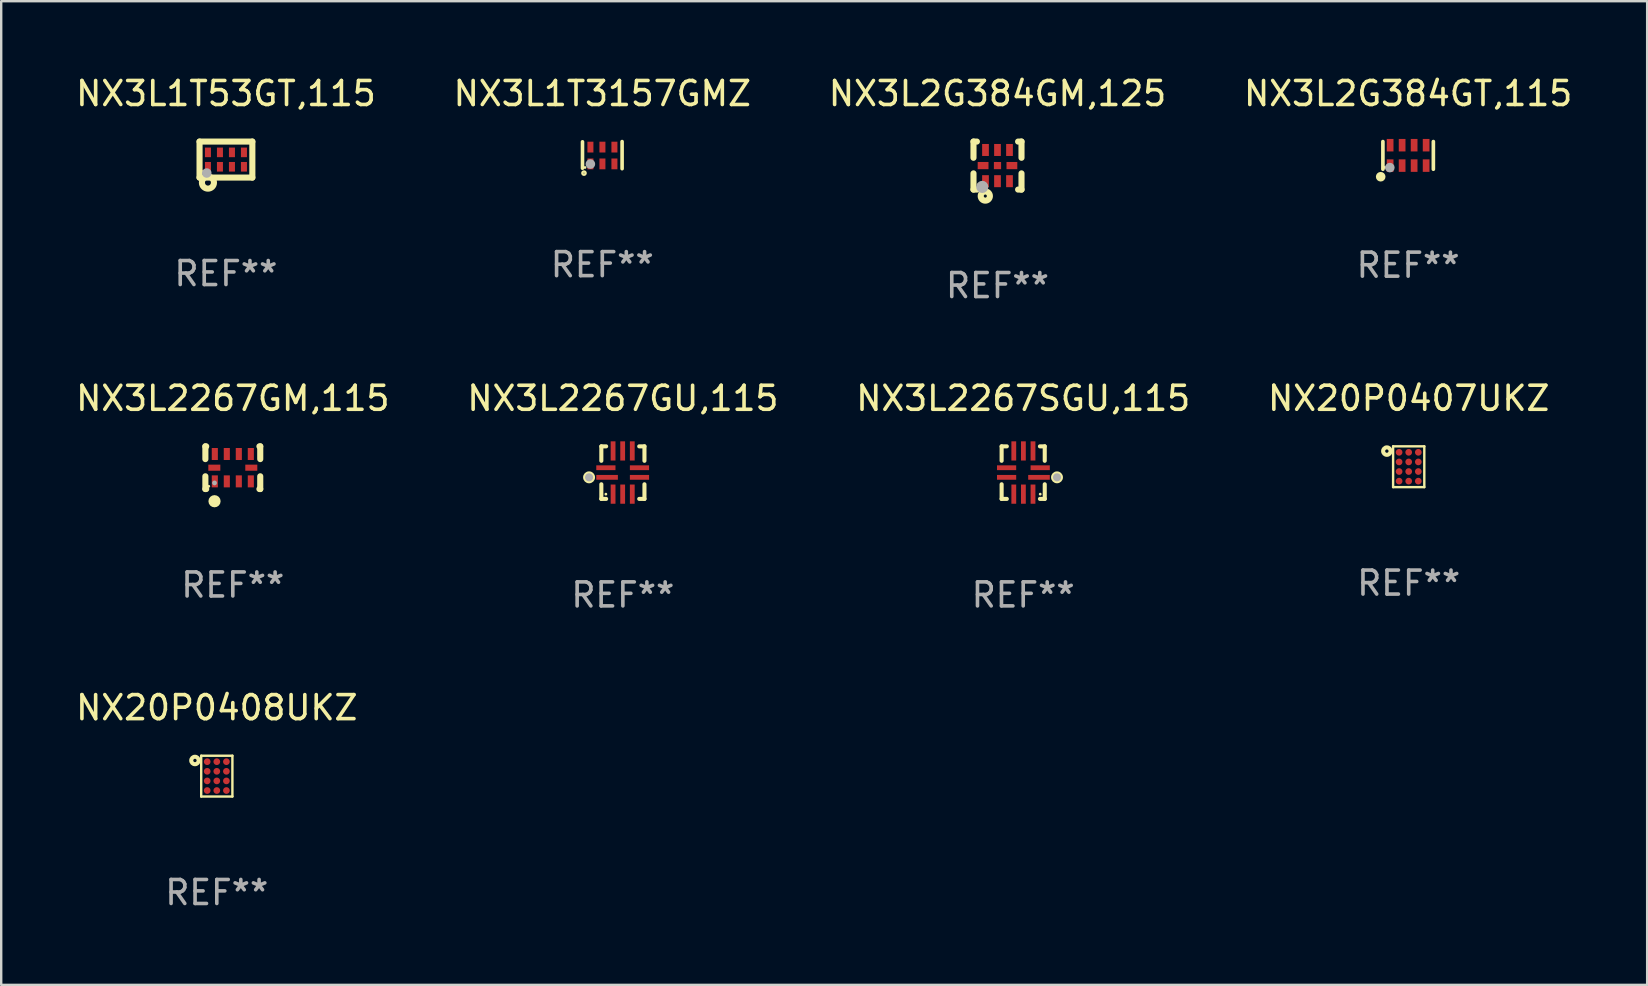
<source format=kicad_pcb>
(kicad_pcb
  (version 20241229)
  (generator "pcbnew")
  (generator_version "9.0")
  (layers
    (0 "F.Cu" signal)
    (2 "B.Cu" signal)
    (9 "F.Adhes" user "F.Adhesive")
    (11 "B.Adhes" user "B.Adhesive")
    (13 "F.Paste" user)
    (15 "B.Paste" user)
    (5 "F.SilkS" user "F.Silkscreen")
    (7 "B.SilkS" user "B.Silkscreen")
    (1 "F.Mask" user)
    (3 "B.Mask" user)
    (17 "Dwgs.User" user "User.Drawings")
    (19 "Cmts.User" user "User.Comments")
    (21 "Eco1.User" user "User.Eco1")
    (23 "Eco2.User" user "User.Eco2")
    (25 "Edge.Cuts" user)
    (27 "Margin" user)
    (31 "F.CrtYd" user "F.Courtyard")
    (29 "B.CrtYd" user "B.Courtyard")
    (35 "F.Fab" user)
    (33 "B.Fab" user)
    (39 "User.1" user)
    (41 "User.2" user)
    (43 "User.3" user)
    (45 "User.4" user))
  (footprint "NX3L1T3157GMZ"
    (layer "F.Cu")
    (at 22.042 3.413)
    (property "Reference" "NX3L1T3157GMZ" (at 0 -2.565 0) (layer "F.SilkS") (effects (font (size 1 1) (thickness 0.15))))
    (attr through_hole)
    (fp_line (start -0.825 -0.555) (end -0.825 0.545) (stroke (width 0.15) (type solid)) (layer "F.SilkS"))
    (fp_line (start 0.825 -0.565) (end 0.825 0.565) (stroke (width 0.15) (type solid)) (layer "F.SilkS"))
    (fp_circle (center -0.763 0.749) (end -0.695 0.749) (stroke (width 0.1) (type solid)) (fill no) (layer "F.SilkS"))
    (fp_circle (center -0.72 0.515) (end -0.69 0.515) (stroke (width 0.06) (type solid)) (fill no) (layer "F.SilkS"))
    (fp_circle (center -0.496 0.371) (end -0.396 0.371) (stroke (width 0.2) (type solid)) (fill no) (layer "F.Fab"))
    (fp_text user "REF**" (at 0 4.565 0) (layer "F.Fab") (effects (font (size 1 1) (thickness 0.15))))
    (pad "1" smd rect (at -0.495 0.365) (size 0.25 0.45) (layers "F.Cu" "F.Mask" "F.Paste"))
    (pad "2" smd rect (at 0.005 0.365) (size 0.25 0.45) (layers "F.Cu" "F.Mask" "F.Paste"))
    (pad "3" smd rect (at 0.505 0.365) (size 0.25 0.45) (layers "F.Cu" "F.Mask" "F.Paste"))
    (pad "4" smd rect (at 0.505 -0.335) (size 0.25 0.45) (layers "F.Cu" "F.Mask" "F.Paste"))
    (pad "5" smd rect (at 0.005 -0.335) (size 0.25 0.45) (layers "F.Cu" "F.Mask" "F.Paste"))
    (pad "6" smd rect (at -0.495 -0.335) (size 0.25 0.45) (layers "F.Cu" "F.Mask" "F.Paste")))
  (footprint "NX3L2267SGU,115"
    (layer "F.Cu")
    (at 39.577 16.641)
    (property "Reference" "NX3L2267SGU,115" (at 0 -3.096 0) (layer "F.SilkS") (effects (font (size 1 1) (thickness 0.15))))
    (attr through_hole)
    (fp_line (start -0.899 -1.096) (end -0.682 -1.096) (stroke (width 0.17) (type solid)) (layer "F.SilkS"))
    (fp_line (start -0.899 -0.494) (end -0.899 -1.096) (stroke (width 0.17) (type solid)) (layer "F.SilkS"))
    (fp_line (start -0.899 1.096) (end -0.899 0.484) (stroke (width 0.17) (type solid)) (layer "F.SilkS"))
    (fp_line (start -0.682 1.093) (end -0.899 1.093) (stroke (width 0.17) (type solid)) (layer "F.SilkS"))
    (fp_line (start 0.697 -1.096) (end 0.897 -1.096) (stroke (width 0.17) (type solid)) (layer "F.SilkS"))
    (fp_line (start 0.897 -1.096) (end 0.897 -0.494) (stroke (width 0.17) (type solid)) (layer "F.SilkS"))
    (fp_line (start 0.897 0.484) (end 0.897 1.093) (stroke (width 0.17) (type solid)) (layer "F.SilkS"))
    (fp_line (start 0.899 1.093) (end 0.697 1.093) (stroke (width 0.17) (type solid)) (layer "F.SilkS"))
    (fp_circle (center 0.708 0.895) (end 0.738 0.895) (stroke (width 0.06) (type solid)) (fill no) (layer "F.SilkS"))
    (fp_circle (center 1.408 0.195) (end 1.486 0.195) (stroke (width 0.17) (type solid)) (fill no) (layer "F.SilkS"))
    (fp_circle (center 1.408 0.195) (end 1.493 0.195) (stroke (width 0.17) (type solid)) (fill no) (layer "F.Fab"))
    (fp_text user "REF**" (at 0 5.096 0) (layer "F.Fab") (effects (font (size 1 1) (thickness 0.15))))
    (pad "1" smd rect (at 0.658 0.195 270) (size 0.2 0.9) (layers "F.Cu" "F.Mask" "F.Paste"))
    (pad "2" smd rect (at 0.708 -0.205 270) (size 0.2 0.8) (layers "F.Cu" "F.Mask" "F.Paste"))
    (pad "3" smd rect (at 0.408 -0.905 180) (size 0.2 0.8) (layers "F.Cu" "F.Mask" "F.Paste"))
    (pad "4" smd rect (at 0.008 -0.905 180) (size 0.2 0.8) (layers "F.Cu" "F.Mask" "F.Paste"))
    (pad "5" smd rect (at -0.392 -0.905 180) (size 0.2 0.8) (layers "F.Cu" "F.Mask" "F.Paste"))
    (pad "6" smd rect (at -0.692 -0.205 270) (size 0.2 0.8) (layers "F.Cu" "F.Mask" "F.Paste"))
    (pad "7" smd rect (at -0.692 0.195 270) (size 0.2 0.8) (layers "F.Cu" "F.Mask" "F.Paste"))
    (pad "8" smd rect (at -0.392 0.895 180) (size 0.2 0.8) (layers "F.Cu" "F.Mask" "F.Paste"))
    (pad "9" smd rect (at 0.008 0.895 180) (size 0.2 0.8) (layers "F.Cu" "F.Mask" "F.Paste"))
    (pad "10" smd rect (at 0.408 0.895 180) (size 0.2 0.8) (layers "F.Cu" "F.Mask" "F.Paste")))
  (footprint "NX3L2G384GM,125"
    (layer "F.Cu")
    (at 38.506 3.848)
    (property "Reference" "NX3L2G384GM,125" (at 0 -3 0) (layer "F.SilkS") (effects (font (size 1 1) (thickness 0.15))))
    (attr through_hole)
    (fp_line (start -1 -1) (end -0.858 -1) (stroke (width 0.254) (type solid)) (layer "F.SilkS"))
    (fp_line (start -1 -0.325) (end -1 -1) (stroke (width 0.254) (type solid)) (layer "F.SilkS"))
    (fp_line (start -1 1) (end -1 0.325) (stroke (width 0.254) (type solid)) (layer "F.SilkS"))
    (fp_line (start -0.858 1) (end -1 1) (stroke (width 0.254) (type solid)) (layer "F.SilkS"))
    (fp_line (start 0.858 -1) (end 1 -1) (stroke (width 0.254) (type solid)) (layer "F.SilkS"))
    (fp_line (start 1 -1) (end 1 -0.325) (stroke (width 0.254) (type solid)) (layer "F.SilkS"))
    (fp_line (start 1 0.325) (end 1 1) (stroke (width 0.254) (type solid)) (layer "F.SilkS"))
    (fp_line (start 1 1) (end 0.858 1) (stroke (width 0.254) (type solid)) (layer "F.SilkS"))
    (fp_circle (center -0.8 0.8) (end -0.77 0.8) (stroke (width 0.06) (type solid)) (fill no) (layer "F.SilkS"))
    (fp_circle (center -0.508 1.27) (end -0.444 1.27) (stroke (width 0.254) (type solid)) (fill no) (layer "F.SilkS"))
    (fp_circle (center -0.635 0.889) (end -0.508 0.889) (stroke (width 0.254) (type solid)) (fill no) (layer "F.Fab"))
    (fp_text user "REF**" (at 0 5 0) (layer "F.Fab") (effects (font (size 1 1) (thickness 0.15))))
    (pad "1" smd rect (at -0.5 0.65 90) (size 0.5 0.28) (layers "F.Cu" "F.Mask" "F.Paste"))
    (pad "2" smd rect (at 0.000013 0.65 90) (size 0.5 0.28) (layers "F.Cu" "F.Mask" "F.Paste"))
    (pad "3" smd rect (at 0.5 0.65 90) (size 0.5 0.28) (layers "F.Cu" "F.Mask" "F.Paste"))
    (pad "4" smd rect (at 0.6 0.000076 180) (size 0.45 0.3) (layers "F.Cu" "F.Mask" "F.Paste"))
    (pad "5" smd rect (at 0.5 -0.65 90) (size 0.5 0.28) (layers "F.Cu" "F.Mask" "F.Paste"))
    (pad "6" smd rect (at 0.000013 -0.65 90) (size 0.5 0.28) (layers "F.Cu" "F.Mask" "F.Paste"))
    (pad "7" smd rect (at -0.5 -0.65 90) (size 0.5 0.28) (layers "F.Cu" "F.Mask" "F.Paste"))
    (pad "8" smd rect (at -0.6 0.000076 180) (size 0.45 0.3) (layers "F.Cu" "F.Mask" "F.Paste"))
    (pad "9" smd rect (at 0.000013 0.000076 180) (size 0.3 0.3) (layers "F.Cu" "F.Mask" "F.Paste")))
  (footprint "NX20P0407UKZ"
    (layer "F.Cu")
    (at 55.637 16.394)
    (property "Reference" "NX20P0407UKZ" (at 0 -2.85 0) (layer "F.SilkS") (effects (font (size 1 1) (thickness 0.15))))
    (attr through_hole)
    (fp_line (start -0.65 -0.85) (end 0.65 -0.85) (stroke (width 0.1) (type solid)) (layer "F.SilkS"))
    (fp_line (start -0.65 0.85) (end -0.65 -0.85) (stroke (width 0.1) (type solid)) (layer "F.SilkS"))
    (fp_line (start -0.65 0.85) (end 0.65 0.85) (stroke (width 0.1) (type solid)) (layer "F.SilkS"))
    (fp_line (start 0.65 -0.85) (end 0.65 0.85) (stroke (width 0.1) (type solid)) (layer "F.SilkS"))
    (fp_circle (center -0.91 -0.651) (end -0.84 -0.651) (stroke (width 0.17) (type solid)) (fill no) (layer "F.SilkS"))
    (fp_text user "REF**" (at 0 4.85 0) (layer "F.Fab") (effects (font (size 1 1) (thickness 0.15))))
    (pad "A1" smd circle (at -0.4 -0.601) (size 0.28 0.28) (layers "F.Cu" "F.Mask" "F.Paste"))
    (pad "A2" smd circle (at 0.000102 -0.601) (size 0.28 0.28) (layers "F.Cu" "F.Mask" "F.Paste"))
    (pad "A3" smd circle (at 0.4 -0.601) (size 0.28 0.28) (layers "F.Cu" "F.Mask" "F.Paste"))
    (pad "B1" smd circle (at -0.4 -0.2) (size 0.28 0.28) (layers "F.Cu" "F.Mask" "F.Paste"))
    (pad "B2" smd circle (at 0.000102 -0.2) (size 0.28 0.28) (layers "F.Cu" "F.Mask" "F.Paste"))
    (pad "B3" smd circle (at 0.4 -0.2) (size 0.28 0.28) (layers "F.Cu" "F.Mask" "F.Paste"))
    (pad "C1" smd circle (at -0.4 0.2) (size 0.28 0.28) (layers "F.Cu" "F.Mask" "F.Paste"))
    (pad "C2" smd circle (at 0.000102 0.2) (size 0.28 0.28) (layers "F.Cu" "F.Mask" "F.Paste"))
    (pad "C3" smd circle (at 0.4 0.2) (size 0.28 0.28) (layers "F.Cu" "F.Mask" "F.Paste"))
    (pad "D1" smd circle (at -0.4 0.6) (size 0.28 0.28) (layers "F.Cu" "F.Mask" "F.Paste"))
    (pad "D2" smd circle (at 0.000102 0.6) (size 0.28 0.28) (layers "F.Cu" "F.Mask" "F.Paste"))
    (pad "D3" smd circle (at 0.4 0.6) (size 0.28 0.28) (layers "F.Cu" "F.Mask" "F.Paste")))
  (footprint "NX3L1T53GT,115"
    (layer "F.Cu")
    (at 6.363 3.598)
    (property "Reference" "NX3L1T53GT,115" (at 0 -2.75 0) (layer "F.SilkS") (effects (font (size 1 1) (thickness 0.15))))
    (attr through_hole)
    (fp_line (start -1.1 -0.75) (end -1.1 0.75) (stroke (width 0.254) (type solid)) (layer "F.SilkS"))
    (fp_line (start -1.1 -0.75) (end 1.1 -0.75) (stroke (width 0.254) (type solid)) (layer "F.SilkS"))
    (fp_line (start -1.1 0.75) (end 1.1 0.75) (stroke (width 0.254) (type solid)) (layer "F.SilkS"))
    (fp_line (start 1.1 -0.75) (end 1.1 0.75) (stroke (width 0.254) (type solid)) (layer "F.SilkS"))
    (fp_circle (center -1 0.5) (end -0.97 0.5) (stroke (width 0.06) (type solid)) (fill no) (layer "F.SilkS"))
    (fp_circle (center -0.75 0.96) (end -0.626 0.96) (stroke (width 0.254) (type solid)) (fill no) (layer "F.SilkS"))
    (fp_circle (center -0.8 0.56) (end -0.7 0.56) (stroke (width 0.2) (type solid)) (fill no) (layer "F.Fab"))
    (fp_text user "REF**" (at 0 4.75 0) (layer "F.Fab") (effects (font (size 1 1) (thickness 0.15))))
    (pad "1" smd rect (at -0.75 0.3) (size 0.25 0.4) (layers "F.Cu" "F.Mask" "F.Paste"))
    (pad "2" smd rect (at -0.25 0.3) (size 0.25 0.4) (layers "F.Cu" "F.Mask" "F.Paste"))
    (pad "3" smd rect (at 0.25 0.3) (size 0.25 0.4) (layers "F.Cu" "F.Mask" "F.Paste"))
    (pad "4" smd rect (at 0.75 0.3) (size 0.25 0.4) (layers "F.Cu" "F.Mask" "F.Paste"))
    (pad "5" smd rect (at 0.75 -0.3) (size 0.25 0.4) (layers "F.Cu" "F.Mask" "F.Paste"))
    (pad "6" smd rect (at 0.25 -0.3) (size 0.25 0.4) (layers "F.Cu" "F.Mask" "F.Paste"))
    (pad "7" smd rect (at -0.25 -0.3) (size 0.25 0.4) (layers "F.Cu" "F.Mask" "F.Paste"))
    (pad "8" smd rect (at -0.75 -0.3) (size 0.25 0.4) (layers "F.Cu" "F.Mask" "F.Paste")))
  (footprint "NX3L2267GM,115"
    (layer "F.Cu")
    (at 6.649 16.434)
    (property "Reference" "NX3L2267GM,115" (at 0 -2.889 0) (layer "F.SilkS") (effects (font (size 1 1) (thickness 0.15))))
    (attr through_hole)
    (fp_line (start -1.143 -0.889) (end -1.143 -0.358) (stroke (width 0.254) (type solid)) (layer "F.SilkS"))
    (fp_line (start -1.143 0.358) (end -1.143 0.889) (stroke (width 0.254) (type solid)) (layer "F.SilkS"))
    (fp_line (start -1.143 0.889) (end -1.108 0.889) (stroke (width 0.254) (type solid)) (layer "F.SilkS"))
    (fp_line (start -1.108 -0.889) (end -1.143 -0.889) (stroke (width 0.254) (type solid)) (layer "F.SilkS"))
    (fp_line (start 1.108 0.889) (end 1.143 0.889) (stroke (width 0.254) (type solid)) (layer "F.SilkS"))
    (fp_line (start 1.143 -0.889) (end 1.108 -0.889) (stroke (width 0.254) (type solid)) (layer "F.SilkS"))
    (fp_line (start 1.143 -0.358) (end 1.143 -0.889) (stroke (width 0.254) (type solid)) (layer "F.SilkS"))
    (fp_line (start 1.143 0.889) (end 1.143 0.358) (stroke (width 0.254) (type solid)) (layer "F.SilkS"))
    (fp_circle (center -1 0.775) (end -0.97 0.775) (stroke (width 0.06) (type solid)) (fill no) (layer "F.SilkS"))
    (fp_circle (center -0.762 1.397) (end -0.635 1.397) (stroke (width 0.254) (type solid)) (fill no) (layer "F.SilkS"))
    (fp_circle (center -0.762 0.635) (end -0.712 0.635) (stroke (width 0.1) (type solid)) (fill no) (layer "F.Fab"))
    (fp_text user "REF**" (at 0 4.889 0) (layer "F.Fab") (effects (font (size 1 1) (thickness 0.15))))
    (pad "1" smd rect (at -0.75 0.57) (size 0.254 0.5) (layers "F.Cu" "F.Mask" "F.Paste"))
    (pad "2" smd rect (at -0.25 0.57) (size 0.254 0.5) (layers "F.Cu" "F.Mask" "F.Paste"))
    (pad "3" smd rect (at 0.25 0.57) (size 0.254 0.5) (layers "F.Cu" "F.Mask" "F.Paste"))
    (pad "4" smd rect (at 0.75 0.57) (size 0.254 0.5) (layers "F.Cu" "F.Mask" "F.Paste"))
    (pad "5" smd rect (at 0.77 0) (size 0.5 0.254) (layers "F.Cu" "F.Mask" "F.Paste"))
    (pad "6" smd rect (at 0.75 -0.57) (size 0.254 0.5) (layers "F.Cu" "F.Mask" "F.Paste"))
    (pad "7" smd rect (at 0.25 -0.57) (size 0.254 0.5) (layers "F.Cu" "F.Mask" "F.Paste"))
    (pad "8" smd rect (at -0.25 -0.57) (size 0.254 0.5) (layers "F.Cu" "F.Mask" "F.Paste"))
    (pad "9" smd rect (at -0.75 -0.57) (size 0.254 0.5) (layers "F.Cu" "F.Mask" "F.Paste"))
    (pad "10" smd rect (at -0.77 0) (size 0.5 0.254) (layers "F.Cu" "F.Mask" "F.Paste")))
  (footprint "NX3L2G384GT,115"
    (layer "F.Cu")
    (at 55.613 3.424)
    (property "Reference" "NX3L2G384GT,115" (at 0 -2.576 0) (layer "F.SilkS") (effects (font (size 1 1) (thickness 0.15))))
    (attr through_hole)
    (fp_line (start -1.051 0.576) (end -1.051 -0.576) (stroke (width 0.152) (type solid)) (layer "F.SilkS"))
    (fp_line (start 1.051 -0.576) (end 1.051 0.576) (stroke (width 0.152) (type solid)) (layer "F.SilkS"))
    (fp_circle (center -1.143 0.889) (end -1.043 0.889) (stroke (width 0.2) (type solid)) (fill no) (layer "F.SilkS"))
    (fp_circle (center -0.975 0.5) (end -0.945 0.5) (stroke (width 0.06) (type solid)) (fill no) (layer "F.SilkS"))
    (fp_circle (center -0.762 0.508) (end -0.662 0.508) (stroke (width 0.2) (type solid)) (fill no) (layer "F.Fab"))
    (fp_text user "REF**" (at 0 4.576 0) (layer "F.Fab") (effects (font (size 1 1) (thickness 0.15))))
    (pad "1" smd rect (at -0.75 0.425) (size 0.28 0.521) (layers "F.Cu" "F.Mask" "F.Paste"))
    (pad "2" smd rect (at -0.25 0.425) (size 0.28 0.521) (layers "F.Cu" "F.Mask" "F.Paste"))
    (pad "3" smd rect (at 0.25 0.425) (size 0.28 0.521) (layers "F.Cu" "F.Mask" "F.Paste"))
    (pad "4" smd rect (at 0.75 0.425) (size 0.28 0.521) (layers "F.Cu" "F.Mask" "F.Paste"))
    (pad "5" smd rect (at 0.75 -0.425) (size 0.28 0.521) (layers "F.Cu" "F.Mask" "F.Paste"))
    (pad "6" smd rect (at 0.25 -0.425) (size 0.28 0.521) (layers "F.Cu" "F.Mask" "F.Paste"))
    (pad "7" smd rect (at -0.25 -0.425) (size 0.28 0.521) (layers "F.Cu" "F.Mask" "F.Paste"))
    (pad "8" smd rect (at -0.75 -0.425) (size 0.28 0.521) (layers "F.Cu" "F.Mask" "F.Paste")))
  (footprint "NX20P0408UKZ"
    (layer "F.Cu")
    (at 5.982 29.283)
    (property "Reference" "NX20P0408UKZ" (at 0 -2.85 0) (layer "F.SilkS") (effects (font (size 1 1) (thickness 0.15))))
    (attr through_hole)
    (fp_line (start -0.65 -0.85) (end 0.65 -0.85) (stroke (width 0.1) (type solid)) (layer "F.SilkS"))
    (fp_line (start -0.65 0.85) (end -0.65 -0.85) (stroke (width 0.1) (type solid)) (layer "F.SilkS"))
    (fp_line (start -0.65 0.85) (end 0.65 0.85) (stroke (width 0.1) (type solid)) (layer "F.SilkS"))
    (fp_line (start 0.65 -0.85) (end 0.65 0.85) (stroke (width 0.1) (type solid)) (layer "F.SilkS"))
    (fp_circle (center -0.91 -0.651) (end -0.84 -0.651) (stroke (width 0.17) (type solid)) (fill no) (layer "F.SilkS"))
    (fp_text user "REF**" (at 0 4.85 0) (layer "F.Fab") (effects (font (size 1 1) (thickness 0.15))))
    (pad "A1" smd circle (at -0.4 -0.601) (size 0.28 0.28) (layers "F.Cu" "F.Mask" "F.Paste"))
    (pad "A2" smd circle (at 0.000102 -0.601) (size 0.28 0.28) (layers "F.Cu" "F.Mask" "F.Paste"))
    (pad "A3" smd circle (at 0.4 -0.601) (size 0.28 0.28) (layers "F.Cu" "F.Mask" "F.Paste"))
    (pad "B1" smd circle (at -0.4 -0.2) (size 0.28 0.28) (layers "F.Cu" "F.Mask" "F.Paste"))
    (pad "B2" smd circle (at 0.000102 -0.2) (size 0.28 0.28) (layers "F.Cu" "F.Mask" "F.Paste"))
    (pad "B3" smd circle (at 0.4 -0.2) (size 0.28 0.28) (layers "F.Cu" "F.Mask" "F.Paste"))
    (pad "C1" smd circle (at -0.4 0.2) (size 0.28 0.28) (layers "F.Cu" "F.Mask" "F.Paste"))
    (pad "C2" smd circle (at 0.000102 0.2) (size 0.28 0.28) (layers "F.Cu" "F.Mask" "F.Paste"))
    (pad "C3" smd circle (at 0.4 0.2) (size 0.28 0.28) (layers "F.Cu" "F.Mask" "F.Paste"))
    (pad "D1" smd circle (at -0.4 0.6) (size 0.28 0.28) (layers "F.Cu" "F.Mask" "F.Paste"))
    (pad "D2" smd circle (at 0.000102 0.6) (size 0.28 0.28) (layers "F.Cu" "F.Mask" "F.Paste"))
    (pad "D3" smd circle (at 0.4 0.6) (size 0.28 0.28) (layers "F.Cu" "F.Mask" "F.Paste")))
  (footprint "NX3L2267GU,115"
    (layer "F.Cu")
    (at 22.899 16.641)
    (property "Reference" "NX3L2267GU,115" (at 0 -3.096 0) (layer "F.SilkS") (effects (font (size 1 1) (thickness 0.15))))
    (attr through_hole)
    (fp_line (start -0.899 1.093) (end -0.697 1.093) (stroke (width 0.17) (type solid)) (layer "F.SilkS"))
    (fp_line (start -0.897 -1.096) (end -0.897 -0.494) (stroke (width 0.17) (type solid)) (layer "F.SilkS"))
    (fp_line (start -0.897 0.484) (end -0.897 1.093) (stroke (width 0.17) (type solid)) (layer "F.SilkS"))
    (fp_line (start -0.697 -1.096) (end -0.897 -1.096) (stroke (width 0.17) (type solid)) (layer "F.SilkS"))
    (fp_line (start 0.681 1.093) (end 0.899 1.093) (stroke (width 0.17) (type solid)) (layer "F.SilkS"))
    (fp_line (start 0.899 -1.096) (end 0.681 -1.096) (stroke (width 0.17) (type solid)) (layer "F.SilkS"))
    (fp_line (start 0.899 -0.494) (end 0.899 -1.096) (stroke (width 0.17) (type solid)) (layer "F.SilkS"))
    (fp_line (start 0.899 1.096) (end 0.899 0.484) (stroke (width 0.17) (type solid)) (layer "F.SilkS"))
    (fp_circle (center -1.408 0.195) (end -1.329 0.195) (stroke (width 0.17) (type solid)) (fill no) (layer "F.SilkS"))
    (fp_circle (center -0.708 0.895) (end -0.678 0.895) (stroke (width 0.06) (type solid)) (fill no) (layer "F.SilkS"))
    (fp_circle (center -1.408 0.195) (end -1.323 0.195) (stroke (width 0.17) (type solid)) (fill no) (layer "F.Fab"))
    (fp_text user "REF**" (at 0 5.096 0) (layer "F.Fab") (effects (font (size 1 1) (thickness 0.15))))
    (pad "1" smd rect (at -0.658 0.195 270) (size 0.2 0.9) (layers "F.Cu" "F.Mask" "F.Paste"))
    (pad "2" smd rect (at -0.708 -0.205 270) (size 0.2 0.8) (layers "F.Cu" "F.Mask" "F.Paste"))
    (pad "3" smd rect (at -0.408 -0.905 180) (size 0.2 0.8) (layers "F.Cu" "F.Mask" "F.Paste"))
    (pad "4" smd rect (at -0.008 -0.905 180) (size 0.2 0.8) (layers "F.Cu" "F.Mask" "F.Paste"))
    (pad "5" smd rect (at 0.392 -0.905 180) (size 0.2 0.8) (layers "F.Cu" "F.Mask" "F.Paste"))
    (pad "6" smd rect (at 0.692 -0.205 270) (size 0.2 0.8) (layers "F.Cu" "F.Mask" "F.Paste"))
    (pad "7" smd rect (at 0.692 0.195 270) (size 0.2 0.8) (layers "F.Cu" "F.Mask" "F.Paste"))
    (pad "8" smd rect (at 0.392 0.895 180) (size 0.2 0.8) (layers "F.Cu" "F.Mask" "F.Paste"))
    (pad "9" smd rect (at -0.008 0.895 180) (size 0.2 0.8) (layers "F.Cu" "F.Mask" "F.Paste"))
    (pad "10" smd rect (at -0.408 0.895 180) (size 0.2 0.8) (layers "F.Cu" "F.Mask" "F.Paste")))
  (gr_rect
    (start -3 -3)
    (end 65.571 37.981)
    (stroke (width 0.1) (type default))
    (fill no)
    (layer "Edge.Cuts")))
</source>
